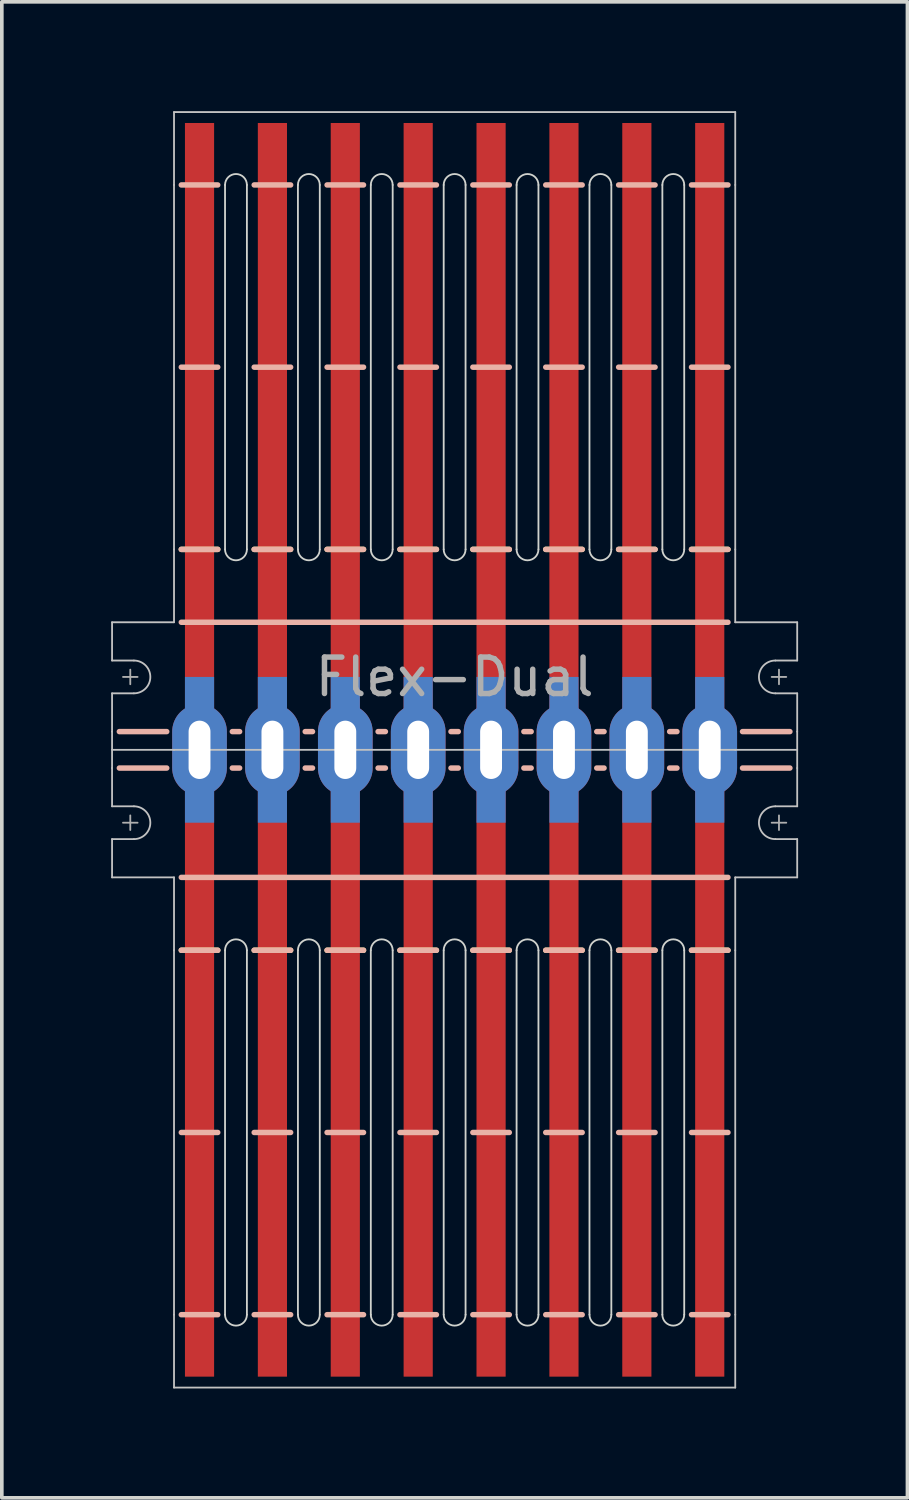
<source format=kicad_pcb>
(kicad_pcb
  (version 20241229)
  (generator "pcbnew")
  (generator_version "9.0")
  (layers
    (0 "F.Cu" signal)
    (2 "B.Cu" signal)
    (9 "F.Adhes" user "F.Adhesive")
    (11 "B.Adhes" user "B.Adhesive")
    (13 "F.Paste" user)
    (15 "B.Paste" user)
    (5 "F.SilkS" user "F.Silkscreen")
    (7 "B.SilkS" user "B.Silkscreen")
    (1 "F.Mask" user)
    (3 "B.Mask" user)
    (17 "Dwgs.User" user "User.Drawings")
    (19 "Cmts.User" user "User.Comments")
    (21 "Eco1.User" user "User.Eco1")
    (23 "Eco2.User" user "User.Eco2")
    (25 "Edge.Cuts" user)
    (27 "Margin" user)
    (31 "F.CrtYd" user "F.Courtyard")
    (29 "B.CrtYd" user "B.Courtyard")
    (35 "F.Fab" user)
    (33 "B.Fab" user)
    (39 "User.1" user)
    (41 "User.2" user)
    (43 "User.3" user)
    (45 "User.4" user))
  (footprint "Flex-Dual"
    (layer "F.Cu")
    (at 9.425 17.525)
    (property "Reference" "Flex-Dual" (at 0 -2 0) (unlocked yes) (layer "F.Fab") (effects (font (size 1 1) (thickness 0.15))))
    (fp_rect (start -7.4 -17.2) (end -6.6 -0.5) (stroke (width 0) (type solid)) (fill yes) (layer "F.Cu"))
    (fp_rect (start -7.4 0.5) (end -6.6 17.2) (stroke (width 0) (type solid)) (fill yes) (layer "F.Cu"))
    (fp_rect (start -5.4 -17.2) (end -4.6 -0.5) (stroke (width 0) (type solid)) (fill yes) (layer "F.Cu"))
    (fp_rect (start -5.4 0.5) (end -4.6 17.2) (stroke (width 0) (type solid)) (fill yes) (layer "F.Cu"))
    (fp_rect (start -3.4 -17.2) (end -2.6 -0.5) (stroke (width 0) (type solid)) (fill yes) (layer "F.Cu"))
    (fp_rect (start -3.4 0.5) (end -2.6 17.2) (stroke (width 0) (type solid)) (fill yes) (layer "F.Cu"))
    (fp_rect (start -1.4 -17.2) (end -0.6 -0.5) (stroke (width 0) (type solid)) (fill yes) (layer "F.Cu"))
    (fp_rect (start -1.4 0.5) (end -0.6 17.2) (stroke (width 0) (type solid)) (fill yes) (layer "F.Cu"))
    (fp_rect (start 0.6 -17.2) (end 1.4 -0.5) (stroke (width 0) (type solid)) (fill yes) (layer "F.Cu"))
    (fp_rect (start 0.6 0.5) (end 1.4 17.2) (stroke (width 0) (type solid)) (fill yes) (layer "F.Cu"))
    (fp_rect (start 2.6 -17.2) (end 3.4 -0.5) (stroke (width 0) (type solid)) (fill yes) (layer "F.Cu"))
    (fp_rect (start 2.6 0.5) (end 3.4 17.2) (stroke (width 0) (type solid)) (fill yes) (layer "F.Cu"))
    (fp_rect (start 4.6 -17.2) (end 5.4 -0.5) (stroke (width 0) (type solid)) (fill yes) (layer "F.Cu"))
    (fp_rect (start 4.6 0.5) (end 5.4 17.2) (stroke (width 0) (type solid)) (fill yes) (layer "F.Cu"))
    (fp_rect (start 6.6 -17.2) (end 7.4 -0.5) (stroke (width 0) (type solid)) (fill yes) (layer "F.Cu"))
    (fp_rect (start 6.6 0.5) (end 7.4 17.2) (stroke (width 0) (type solid)) (fill yes) (layer "F.Cu"))
    (fp_rect (start -7.7 -10.5) (end -6.3 -7) (stroke (width 0) (type solid)) (fill yes) (layer "F.Mask"))
    (fp_rect (start -7.7 7) (end -6.3 10.5) (stroke (width 0) (type solid)) (fill yes) (layer "F.Mask"))
    (fp_rect (start -7.5 -2) (end -6.5 -0.5) (stroke (width 0) (type solid)) (fill yes) (layer "F.Mask"))
    (fp_rect (start -7.5 0.5) (end -6.5 2) (stroke (width 0) (type solid)) (fill yes) (layer "F.Mask"))
    (fp_rect (start -5.7 -10.5) (end -4.3 -7) (stroke (width 0) (type solid)) (fill yes) (layer "F.Mask"))
    (fp_rect (start -5.7 7) (end -4.3 10.5) (stroke (width 0) (type solid)) (fill yes) (layer "F.Mask"))
    (fp_rect (start -5.5 -2) (end -4.5 -0.5) (stroke (width 0) (type solid)) (fill yes) (layer "F.Mask"))
    (fp_rect (start -5.5 0.5) (end -4.5 2) (stroke (width 0) (type solid)) (fill yes) (layer "F.Mask"))
    (fp_rect (start -3.7 -10.5) (end -2.3 -7) (stroke (width 0) (type solid)) (fill yes) (layer "F.Mask"))
    (fp_rect (start -3.7 7) (end -2.3 10.5) (stroke (width 0) (type solid)) (fill yes) (layer "F.Mask"))
    (fp_rect (start -3.5 -2) (end -2.5 -0.5) (stroke (width 0) (type solid)) (fill yes) (layer "F.Mask"))
    (fp_rect (start -3.5 0.5) (end -2.5 2) (stroke (width 0) (type solid)) (fill yes) (layer "F.Mask"))
    (fp_rect (start -1.7 -10.5) (end -0.3 -7) (stroke (width 0) (type solid)) (fill yes) (layer "F.Mask"))
    (fp_rect (start -1.7 7) (end -0.3 10.5) (stroke (width 0) (type solid)) (fill yes) (layer "F.Mask"))
    (fp_rect (start -1.5 -2) (end -0.5 -0.5) (stroke (width 0) (type solid)) (fill yes) (layer "F.Mask"))
    (fp_rect (start -1.5 0.5) (end -0.5 2) (stroke (width 0) (type solid)) (fill yes) (layer "F.Mask"))
    (fp_rect (start 0.3 -10.5) (end 1.7 -7) (stroke (width 0) (type solid)) (fill yes) (layer "F.Mask"))
    (fp_rect (start 0.3 7) (end 1.7 10.5) (stroke (width 0) (type solid)) (fill yes) (layer "F.Mask"))
    (fp_rect (start 0.5 -2) (end 1.5 -0.5) (stroke (width 0) (type solid)) (fill yes) (layer "F.Mask"))
    (fp_rect (start 0.5 0.5) (end 1.5 2) (stroke (width 0) (type solid)) (fill yes) (layer "F.Mask"))
    (fp_rect (start 2.3 -10.5) (end 3.7 -7) (stroke (width 0) (type solid)) (fill yes) (layer "F.Mask"))
    (fp_rect (start 2.3 7) (end 3.7 10.5) (stroke (width 0) (type solid)) (fill yes) (layer "F.Mask"))
    (fp_rect (start 2.5 -2) (end 3.5 -0.5) (stroke (width 0) (type solid)) (fill yes) (layer "F.Mask"))
    (fp_rect (start 2.5 0.5) (end 3.5 2) (stroke (width 0) (type solid)) (fill yes) (layer "F.Mask"))
    (fp_rect (start 4.3 -10.5) (end 5.7 -7) (stroke (width 0) (type solid)) (fill yes) (layer "F.Mask"))
    (fp_rect (start 4.3 7) (end 5.7 10.5) (stroke (width 0) (type solid)) (fill yes) (layer "F.Mask"))
    (fp_rect (start 4.5 -2) (end 5.5 -0.5) (stroke (width 0) (type solid)) (fill yes) (layer "F.Mask"))
    (fp_rect (start 4.5 0.5) (end 5.5 2) (stroke (width 0) (type solid)) (fill yes) (layer "F.Mask"))
    (fp_rect (start 6.3 -10.5) (end 7.7 -7) (stroke (width 0) (type solid)) (fill yes) (layer "F.Mask"))
    (fp_rect (start 6.3 7) (end 7.7 10.5) (stroke (width 0) (type solid)) (fill yes) (layer "F.Mask"))
    (fp_rect (start 6.5 -2) (end 7.5 -0.5) (stroke (width 0) (type solid)) (fill yes) (layer "F.Mask"))
    (fp_rect (start 6.5 0.5) (end 7.5 2) (stroke (width 0) (type solid)) (fill yes) (layer "F.Mask"))
    (fp_rect (start -7.4 -2) (end -6.6 -0.5) (stroke (width 0) (type solid)) (fill yes) (layer "B.Cu"))
    (fp_rect (start -7.4 0.5) (end -6.6 2) (stroke (width 0) (type solid)) (fill yes) (layer "B.Cu"))
    (fp_rect (start -5.4 -2) (end -4.6 -0.5) (stroke (width 0) (type solid)) (fill yes) (layer "B.Cu"))
    (fp_rect (start -5.4 0.5) (end -4.6 2) (stroke (width 0) (type solid)) (fill yes) (layer "B.Cu"))
    (fp_rect (start -3.4 -2) (end -2.6 -0.5) (stroke (width 0) (type solid)) (fill yes) (layer "B.Cu"))
    (fp_rect (start -3.4 0.5) (end -2.6 2) (stroke (width 0) (type solid)) (fill yes) (layer "B.Cu"))
    (fp_rect (start -1.4 -2) (end -0.6 -0.5) (stroke (width 0) (type solid)) (fill yes) (layer "B.Cu"))
    (fp_rect (start -1.4 0.5) (end -0.6 2) (stroke (width 0) (type solid)) (fill yes) (layer "B.Cu"))
    (fp_rect (start 0.6 -2) (end 1.4 -0.5) (stroke (width 0) (type solid)) (fill yes) (layer "B.Cu"))
    (fp_rect (start 0.6 0.5) (end 1.4 2) (stroke (width 0) (type solid)) (fill yes) (layer "B.Cu"))
    (fp_rect (start 2.6 -2) (end 3.4 -0.5) (stroke (width 0) (type solid)) (fill yes) (layer "B.Cu"))
    (fp_rect (start 2.6 0.5) (end 3.4 2) (stroke (width 0) (type solid)) (fill yes) (layer "B.Cu"))
    (fp_rect (start 4.6 -2) (end 5.4 -0.5) (stroke (width 0) (type solid)) (fill yes) (layer "B.Cu"))
    (fp_rect (start 4.6 0.5) (end 5.4 2) (stroke (width 0) (type solid)) (fill yes) (layer "B.Cu"))
    (fp_rect (start 6.6 -2) (end 7.4 -0.5) (stroke (width 0) (type solid)) (fill yes) (layer "B.Cu"))
    (fp_rect (start 6.6 0.5) (end 7.4 2) (stroke (width 0) (type solid)) (fill yes) (layer "B.Cu"))
    (fp_rect (start -7.5 -2) (end -6.5 -0.5) (stroke (width 0) (type solid)) (fill yes) (layer "B.Mask"))
    (fp_rect (start -7.5 0.5) (end -6.5 2) (stroke (width 0) (type solid)) (fill yes) (layer "B.Mask"))
    (fp_rect (start -5.5 -2) (end -4.5 -0.5) (stroke (width 0) (type solid)) (fill yes) (layer "B.Mask"))
    (fp_rect (start -5.5 0.5) (end -4.5 2) (stroke (width 0) (type solid)) (fill yes) (layer "B.Mask"))
    (fp_rect (start -3.5 -2) (end -2.5 -0.5) (stroke (width 0) (type solid)) (fill yes) (layer "B.Mask"))
    (fp_rect (start -3.5 0.5) (end -2.5 2) (stroke (width 0) (type solid)) (fill yes) (layer "B.Mask"))
    (fp_rect (start -1.5 -2) (end -0.5 -0.5) (stroke (width 0) (type solid)) (fill yes) (layer "B.Mask"))
    (fp_rect (start -1.5 0.5) (end -0.5 2) (stroke (width 0) (type solid)) (fill yes) (layer "B.Mask"))
    (fp_rect (start 0.5 -2) (end 1.5 -0.5) (stroke (width 0) (type solid)) (fill yes) (layer "B.Mask"))
    (fp_rect (start 0.5 0.5) (end 1.5 2) (stroke (width 0) (type solid)) (fill yes) (layer "B.Mask"))
    (fp_rect (start 2.5 -2) (end 3.5 -0.5) (stroke (width 0) (type solid)) (fill yes) (layer "B.Mask"))
    (fp_rect (start 2.5 0.5) (end 3.5 2) (stroke (width 0) (type solid)) (fill yes) (layer "B.Mask"))
    (fp_rect (start 4.5 -2) (end 5.5 -0.5) (stroke (width 0) (type solid)) (fill yes) (layer "B.Mask"))
    (fp_rect (start 4.5 0.5) (end 5.5 2) (stroke (width 0) (type solid)) (fill yes) (layer "B.Mask"))
    (fp_rect (start 6.5 -2) (end 7.5 -0.5) (stroke (width 0) (type solid)) (fill yes) (layer "B.Mask"))
    (fp_rect (start 6.5 0.5) (end 7.5 2) (stroke (width 0) (type solid)) (fill yes) (layer "B.Mask"))
    (fp_line (start -7.5 -5.5) (end -6.5 -5.5) (stroke (width 0.15) (type default)) (layer "F.SilkS"))
    (fp_line (start -6.5 5.5) (end -7.5 5.5) (stroke (width 0.15) (type default)) (layer "F.SilkS"))
    (fp_line (start -5.5 -5.5) (end -4.5 -5.5) (stroke (width 0.15) (type default)) (layer "F.SilkS"))
    (fp_line (start -4.5 5.5) (end -5.5 5.5) (stroke (width 0.15) (type default)) (layer "F.SilkS"))
    (fp_line (start -3.5 -5.5) (end -2.5 -5.5) (stroke (width 0.15) (type default)) (layer "F.SilkS"))
    (fp_line (start -2.5 5.5) (end -3.5 5.5) (stroke (width 0.15) (type default)) (layer "F.SilkS"))
    (fp_line (start -1.5 -5.5) (end -0.5 -5.5) (stroke (width 0.15) (type default)) (layer "F.SilkS"))
    (fp_line (start -0.5 5.5) (end -1.5 5.5) (stroke (width 0.15) (type default)) (layer "F.SilkS"))
    (fp_line (start 0.5 -5.5) (end 1.5 -5.5) (stroke (width 0.15) (type default)) (layer "F.SilkS"))
    (fp_line (start 1.5 5.5) (end 0.5 5.5) (stroke (width 0.15) (type default)) (layer "F.SilkS"))
    (fp_line (start 2.5 -5.5) (end 3.5 -5.5) (stroke (width 0.15) (type default)) (layer "F.SilkS"))
    (fp_line (start 3.5 5.5) (end 2.5 5.5) (stroke (width 0.15) (type default)) (layer "F.SilkS"))
    (fp_line (start 4.5 -5.5) (end 5.5 -5.5) (stroke (width 0.15) (type default)) (layer "F.SilkS"))
    (fp_line (start 5.5 5.5) (end 4.5 5.5) (stroke (width 0.15) (type default)) (layer "F.SilkS"))
    (fp_line (start 6.5 -5.5) (end 7.5 -5.5) (stroke (width 0.15) (type default)) (layer "F.SilkS"))
    (fp_line (start 7.5 5.5) (end 6.5 5.5) (stroke (width 0.15) (type default)) (layer "F.SilkS"))
    (fp_line (start -9.2 -0.5) (end -7.9 -0.5) (stroke (width 0.15) (type default)) (layer "B.SilkS"))
    (fp_line (start -7.9 0.5) (end -9.2 0.5) (stroke (width 0.15) (type default)) (layer "B.SilkS"))
    (fp_line (start -7.5 -15.5) (end -6.5 -15.5) (stroke (width 0.15) (type default)) (layer "B.SilkS"))
    (fp_line (start -7.5 -10.5) (end -6.5 -10.5) (stroke (width 0.15) (type default)) (layer "B.SilkS"))
    (fp_line (start -7.5 -5.5) (end -6.5 -5.5) (stroke (width 0.15) (type default)) (layer "B.SilkS"))
    (fp_line (start -7.5 -3.5) (end 7.5 -3.5) (stroke (width 0.15) (type default)) (layer "B.SilkS"))
    (fp_line (start -6.5 5.5) (end -7.5 5.5) (stroke (width 0.15) (type default)) (layer "B.SilkS"))
    (fp_line (start -6.5 10.5) (end -7.5 10.5) (stroke (width 0.15) (type default)) (layer "B.SilkS"))
    (fp_line (start -6.5 15.5) (end -7.5 15.5) (stroke (width 0.15) (type default)) (layer "B.SilkS"))
    (fp_line (start -6.1 -0.5) (end -5.9 -0.5) (stroke (width 0.15) (type default)) (layer "B.SilkS"))
    (fp_line (start -5.9 0.5) (end -6.1 0.5) (stroke (width 0.15) (type default)) (layer "B.SilkS"))
    (fp_line (start -5.5 -15.5) (end -4.5 -15.5) (stroke (width 0.15) (type default)) (layer "B.SilkS"))
    (fp_line (start -5.5 -10.5) (end -4.5 -10.5) (stroke (width 0.15) (type default)) (layer "B.SilkS"))
    (fp_line (start -5.5 -5.5) (end -4.5 -5.5) (stroke (width 0.15) (type default)) (layer "B.SilkS"))
    (fp_line (start -4.5 5.5) (end -5.5 5.5) (stroke (width 0.15) (type default)) (layer "B.SilkS"))
    (fp_line (start -4.5 10.5) (end -5.5 10.5) (stroke (width 0.15) (type default)) (layer "B.SilkS"))
    (fp_line (start -4.5 15.5) (end -5.5 15.5) (stroke (width 0.15) (type default)) (layer "B.SilkS"))
    (fp_line (start -4.1 -0.5) (end -3.9 -0.5) (stroke (width 0.15) (type default)) (layer "B.SilkS"))
    (fp_line (start -3.9 0.5) (end -4.1 0.5) (stroke (width 0.15) (type default)) (layer "B.SilkS"))
    (fp_line (start -3.5 -15.5) (end -2.5 -15.5) (stroke (width 0.15) (type default)) (layer "B.SilkS"))
    (fp_line (start -3.5 -10.5) (end -2.5 -10.5) (stroke (width 0.15) (type default)) (layer "B.SilkS"))
    (fp_line (start -3.5 -5.5) (end -2.5 -5.5) (stroke (width 0.15) (type default)) (layer "B.SilkS"))
    (fp_line (start -2.5 5.5) (end -3.5 5.5) (stroke (width 0.15) (type default)) (layer "B.SilkS"))
    (fp_line (start -2.5 10.5) (end -3.5 10.5) (stroke (width 0.15) (type default)) (layer "B.SilkS"))
    (fp_line (start -2.5 15.5) (end -3.5 15.5) (stroke (width 0.15) (type default)) (layer "B.SilkS"))
    (fp_line (start -2.1 -0.5) (end -1.9 -0.5) (stroke (width 0.15) (type default)) (layer "B.SilkS"))
    (fp_line (start -1.9 0.5) (end -2.1 0.5) (stroke (width 0.15) (type default)) (layer "B.SilkS"))
    (fp_line (start -1.5 -15.5) (end -0.5 -15.5) (stroke (width 0.15) (type default)) (layer "B.SilkS"))
    (fp_line (start -1.5 -10.5) (end -0.5 -10.5) (stroke (width 0.15) (type default)) (layer "B.SilkS"))
    (fp_line (start -1.5 -5.5) (end -0.5 -5.5) (stroke (width 0.15) (type default)) (layer "B.SilkS"))
    (fp_line (start -0.5 5.5) (end -1.5 5.5) (stroke (width 0.15) (type default)) (layer "B.SilkS"))
    (fp_line (start -0.5 10.5) (end -1.5 10.5) (stroke (width 0.15) (type default)) (layer "B.SilkS"))
    (fp_line (start -0.5 15.5) (end -1.5 15.5) (stroke (width 0.15) (type default)) (layer "B.SilkS"))
    (fp_line (start -0.1 -0.5) (end 0.1 -0.5) (stroke (width 0.15) (type default)) (layer "B.SilkS"))
    (fp_line (start 0.1 0.5) (end -0.1 0.5) (stroke (width 0.15) (type default)) (layer "B.SilkS"))
    (fp_line (start 0.5 -15.5) (end 1.5 -15.5) (stroke (width 0.15) (type default)) (layer "B.SilkS"))
    (fp_line (start 0.5 -10.5) (end 1.5 -10.5) (stroke (width 0.15) (type default)) (layer "B.SilkS"))
    (fp_line (start 0.5 -5.5) (end 1.5 -5.5) (stroke (width 0.15) (type default)) (layer "B.SilkS"))
    (fp_line (start 1.5 5.5) (end 0.5 5.5) (stroke (width 0.15) (type default)) (layer "B.SilkS"))
    (fp_line (start 1.5 10.5) (end 0.5 10.5) (stroke (width 0.15) (type default)) (layer "B.SilkS"))
    (fp_line (start 1.5 15.5) (end 0.5 15.5) (stroke (width 0.15) (type default)) (layer "B.SilkS"))
    (fp_line (start 1.9 -0.5) (end 2.1 -0.5) (stroke (width 0.15) (type default)) (layer "B.SilkS"))
    (fp_line (start 2.1 0.5) (end 1.9 0.5) (stroke (width 0.15) (type default)) (layer "B.SilkS"))
    (fp_line (start 2.5 -15.5) (end 3.5 -15.5) (stroke (width 0.15) (type default)) (layer "B.SilkS"))
    (fp_line (start 2.5 -10.5) (end 3.5 -10.5) (stroke (width 0.15) (type default)) (layer "B.SilkS"))
    (fp_line (start 2.5 -5.5) (end 3.5 -5.5) (stroke (width 0.15) (type default)) (layer "B.SilkS"))
    (fp_line (start 3.5 5.5) (end 2.5 5.5) (stroke (width 0.15) (type default)) (layer "B.SilkS"))
    (fp_line (start 3.5 10.5) (end 2.5 10.5) (stroke (width 0.15) (type default)) (layer "B.SilkS"))
    (fp_line (start 3.5 15.5) (end 2.5 15.5) (stroke (width 0.15) (type default)) (layer "B.SilkS"))
    (fp_line (start 3.9 -0.5) (end 4.1 -0.5) (stroke (width 0.15) (type default)) (layer "B.SilkS"))
    (fp_line (start 4.1 0.5) (end 3.9 0.5) (stroke (width 0.15) (type default)) (layer "B.SilkS"))
    (fp_line (start 4.5 -15.5) (end 5.5 -15.5) (stroke (width 0.15) (type default)) (layer "B.SilkS"))
    (fp_line (start 4.5 -10.5) (end 5.5 -10.5) (stroke (width 0.15) (type default)) (layer "B.SilkS"))
    (fp_line (start 4.5 -5.5) (end 5.5 -5.5) (stroke (width 0.15) (type default)) (layer "B.SilkS"))
    (fp_line (start 5.5 5.5) (end 4.5 5.5) (stroke (width 0.15) (type default)) (layer "B.SilkS"))
    (fp_line (start 5.5 10.5) (end 4.5 10.5) (stroke (width 0.15) (type default)) (layer "B.SilkS"))
    (fp_line (start 5.5 15.5) (end 4.5 15.5) (stroke (width 0.15) (type default)) (layer "B.SilkS"))
    (fp_line (start 5.9 -0.5) (end 6.1 -0.5) (stroke (width 0.15) (type default)) (layer "B.SilkS"))
    (fp_line (start 6.1 0.5) (end 5.9 0.5) (stroke (width 0.15) (type default)) (layer "B.SilkS"))
    (fp_line (start 6.5 -15.5) (end 7.5 -15.5) (stroke (width 0.15) (type default)) (layer "B.SilkS"))
    (fp_line (start 6.5 -10.5) (end 7.5 -10.5) (stroke (width 0.15) (type default)) (layer "B.SilkS"))
    (fp_line (start 6.5 -5.5) (end 7.5 -5.5) (stroke (width 0.15) (type default)) (layer "B.SilkS"))
    (fp_line (start 7.5 3.5) (end -7.5 3.5) (stroke (width 0.15) (type default)) (layer "B.SilkS"))
    (fp_line (start 7.5 5.5) (end 6.5 5.5) (stroke (width 0.15) (type default)) (layer "B.SilkS"))
    (fp_line (start 7.5 10.5) (end 6.5 10.5) (stroke (width 0.15) (type default)) (layer "B.SilkS"))
    (fp_line (start 7.5 15.5) (end 6.5 15.5) (stroke (width 0.15) (type default)) (layer "B.SilkS"))
    (fp_line (start 7.9 -0.5) (end 9.2 -0.5) (stroke (width 0.15) (type default)) (layer "B.SilkS"))
    (fp_line (start 9.2 0.5) (end 7.9 0.5) (stroke (width 0.15) (type default)) (layer "B.SilkS"))
    (fp_line (start -9.4 -3.5) (end -7.7 -3.5) (stroke (width 0.05) (type default)) (layer "Dwgs.User"))
    (fp_line (start -9.4 -2.45) (end -9.4 -3.5) (stroke (width 0.05) (type default)) (layer "Dwgs.User"))
    (fp_line (start -9.4 -2.45) (end -8.8 -2.45) (stroke (width 0.05) (type default)) (layer "Dwgs.User"))
    (fp_line (start -9.4 -1.55) (end -8.8 -1.55) (stroke (width 0.05) (type default)) (layer "Dwgs.User"))
    (fp_line (start -9.4 -0.5) (end -9.4 -1.55) (stroke (width 0.05) (type default)) (layer "Dwgs.User"))
    (fp_line (start -9.4 0.5) (end -9.4 -0.5) (stroke (width 0.05) (type default)) (layer "Dwgs.User"))
    (fp_line (start -9.4 0.5) (end -9.4 1.55) (stroke (width 0.05) (type default)) (layer "Dwgs.User"))
    (fp_line (start -9.4 1.55) (end -8.8 1.55) (stroke (width 0.05) (type default)) (layer "Dwgs.User"))
    (fp_line (start -9.4 2.45) (end -9.4 3.5) (stroke (width 0.05) (type default)) (layer "Dwgs.User"))
    (fp_line (start -9.4 2.45) (end -8.8 2.45) (stroke (width 0.05) (type default)) (layer "Dwgs.User"))
    (fp_line (start -9.4 3.5) (end -7.7 3.5) (stroke (width 0.05) (type default)) (layer "Dwgs.User"))
    (fp_line (start -7.7 -17.5) (end 7.7 -17.5) (stroke (width 0.05) (type default)) (layer "Dwgs.User"))
    (fp_line (start -7.7 -15.5) (end -7.7 -17.5) (stroke (width 0.05) (type default)) (layer "Dwgs.User"))
    (fp_line (start -7.7 -5.5) (end -7.7 -15.5) (stroke (width 0.05) (type default)) (layer "Dwgs.User"))
    (fp_line (start -7.7 -3.5) (end -7.7 -5.5) (stroke (width 0.05) (type default)) (layer "Dwgs.User"))
    (fp_line (start -7.7 0) (end -9.4 0) (stroke (width 0.05) (type default)) (layer "Dwgs.User"))
    (fp_line (start -7.7 0) (end 7.7 0) (stroke (width 0.05) (type default)) (layer "Dwgs.User"))
    (fp_line (start -7.7 3.5) (end -7.7 5.5) (stroke (width 0.05) (type default)) (layer "Dwgs.User"))
    (fp_line (start -7.7 15.5) (end -7.7 5.5) (stroke (width 0.05) (type default)) (layer "Dwgs.User"))
    (fp_line (start -7.7 15.5) (end -7.7 17.5) (stroke (width 0.05) (type default)) (layer "Dwgs.User"))
    (fp_line (start 7.7 -15.5) (end 7.7 -17.5) (stroke (width 0.05) (type default)) (layer "Dwgs.User"))
    (fp_line (start 7.7 -15.5) (end 7.7 -5.5) (stroke (width 0.05) (type default)) (layer "Dwgs.User"))
    (fp_line (start 7.7 -3.5) (end 7.7 -5.5) (stroke (width 0.05) (type default)) (layer "Dwgs.User"))
    (fp_line (start 7.7 0) (end 9.4 0) (stroke (width 0.05) (type default)) (layer "Dwgs.User"))
    (fp_line (start 7.7 3.5) (end 7.7 5.5) (stroke (width 0.05) (type default)) (layer "Dwgs.User"))
    (fp_line (start 7.7 5.5) (end 7.7 15.5) (stroke (width 0.05) (type default)) (layer "Dwgs.User"))
    (fp_line (start 7.7 15.5) (end 7.7 17.5) (stroke (width 0.05) (type default)) (layer "Dwgs.User"))
    (fp_line (start 7.7 17.5) (end -7.7 17.5) (stroke (width 0.05) (type default)) (layer "Dwgs.User"))
    (fp_line (start 9.4 -3.5) (end 7.7 -3.5) (stroke (width 0.05) (type default)) (layer "Dwgs.User"))
    (fp_line (start 9.4 -2.45) (end 8.8 -2.45) (stroke (width 0.05) (type default)) (layer "Dwgs.User"))
    (fp_line (start 9.4 -2.45) (end 9.4 -3.5) (stroke (width 0.05) (type default)) (layer "Dwgs.User"))
    (fp_line (start 9.4 -1.55) (end 8.8 -1.55) (stroke (width 0.05) (type default)) (layer "Dwgs.User"))
    (fp_line (start 9.4 -0.5) (end 9.4 -1.55) (stroke (width 0.05) (type default)) (layer "Dwgs.User"))
    (fp_line (start 9.4 -0.5) (end 9.4 0.5) (stroke (width 0.05) (type default)) (layer "Dwgs.User"))
    (fp_line (start 9.4 0.5) (end 9.4 1.55) (stroke (width 0.05) (type default)) (layer "Dwgs.User"))
    (fp_line (start 9.4 1.55) (end 8.8 1.55) (stroke (width 0.05) (type default)) (layer "Dwgs.User"))
    (fp_line (start 9.4 2.45) (end 8.8 2.45) (stroke (width 0.05) (type default)) (layer "Dwgs.User"))
    (fp_line (start 9.4 2.45) (end 9.4 3.5) (stroke (width 0.05) (type default)) (layer "Dwgs.User"))
    (fp_line (start 9.4 3.5) (end 7.7 3.5) (stroke (width 0.05) (type default)) (layer "Dwgs.User"))
    (fp_arc (start -8.8 -2.45) (mid -8.35 -2) (end -8.8 -1.55) (stroke (width 0.05) (type default)) (layer "Dwgs.User"))
    (fp_arc (start -8.8 1.55) (mid -8.35 2) (end -8.8 2.45) (stroke (width 0.05) (type default)) (layer "Dwgs.User"))
    (fp_arc (start 8.8 -1.55) (mid 8.35 -2) (end 8.8 -2.45) (stroke (width 0.05) (type default)) (layer "Dwgs.User"))
    (fp_arc (start 8.8 2.45) (mid 8.35 2) (end 8.8 1.55) (stroke (width 0.05) (type default)) (layer "Dwgs.User"))
    (fp_line (start -6.3 -15.5) (end -6.3 -5.5) (stroke (width 0.05) (type default)) (layer "Edge.Cuts"))
    (fp_line (start -6.3 5.5) (end -6.3 15.5) (stroke (width 0.05) (type default)) (layer "Edge.Cuts"))
    (fp_line (start -5.7 -5.5) (end -5.7 -15.5) (stroke (width 0.05) (type default)) (layer "Edge.Cuts"))
    (fp_line (start -5.7 15.5) (end -5.7 5.5) (stroke (width 0.05) (type default)) (layer "Edge.Cuts"))
    (fp_line (start -4.3 -15.5) (end -4.3 -5.5) (stroke (width 0.05) (type default)) (layer "Edge.Cuts"))
    (fp_line (start -4.3 5.5) (end -4.3 15.5) (stroke (width 0.05) (type default)) (layer "Edge.Cuts"))
    (fp_line (start -3.7 -5.5) (end -3.7 -15.5) (stroke (width 0.05) (type default)) (layer "Edge.Cuts"))
    (fp_line (start -3.7 15.5) (end -3.7 5.5) (stroke (width 0.05) (type default)) (layer "Edge.Cuts"))
    (fp_line (start -2.3 -15.5) (end -2.3 -5.5) (stroke (width 0.05) (type default)) (layer "Edge.Cuts"))
    (fp_line (start -2.3 5.5) (end -2.3 15.5) (stroke (width 0.05) (type default)) (layer "Edge.Cuts"))
    (fp_line (start -1.7 -5.5) (end -1.7 -15.5) (stroke (width 0.05) (type default)) (layer "Edge.Cuts"))
    (fp_line (start -1.7 15.5) (end -1.7 5.5) (stroke (width 0.05) (type default)) (layer "Edge.Cuts"))
    (fp_line (start -0.3 -15.5) (end -0.3 -5.5) (stroke (width 0.05) (type default)) (layer "Edge.Cuts"))
    (fp_line (start -0.3 5.5) (end -0.3 15.5) (stroke (width 0.05) (type default)) (layer "Edge.Cuts"))
    (fp_line (start 0.3 -5.5) (end 0.3 -15.5) (stroke (width 0.05) (type default)) (layer "Edge.Cuts"))
    (fp_line (start 0.3 15.5) (end 0.3 5.5) (stroke (width 0.05) (type default)) (layer "Edge.Cuts"))
    (fp_line (start 1.7 -15.5) (end 1.7 -5.5) (stroke (width 0.05) (type default)) (layer "Edge.Cuts"))
    (fp_line (start 1.7 5.5) (end 1.7 15.5) (stroke (width 0.05) (type default)) (layer "Edge.Cuts"))
    (fp_line (start 2.3 -5.5) (end 2.3 -15.5) (stroke (width 0.05) (type default)) (layer "Edge.Cuts"))
    (fp_line (start 2.3 15.5) (end 2.3 5.5) (stroke (width 0.05) (type default)) (layer "Edge.Cuts"))
    (fp_line (start 3.7 -15.5) (end 3.7 -5.5) (stroke (width 0.05) (type default)) (layer "Edge.Cuts"))
    (fp_line (start 3.7 5.5) (end 3.7 15.5) (stroke (width 0.05) (type default)) (layer "Edge.Cuts"))
    (fp_line (start 4.3 -5.5) (end 4.3 -15.5) (stroke (width 0.05) (type default)) (layer "Edge.Cuts"))
    (fp_line (start 4.3 15.5) (end 4.3 5.5) (stroke (width 0.05) (type default)) (layer "Edge.Cuts"))
    (fp_line (start 5.7 -15.5) (end 5.7 -5.5) (stroke (width 0.05) (type default)) (layer "Edge.Cuts"))
    (fp_line (start 5.7 5.5) (end 5.7 15.5) (stroke (width 0.05) (type default)) (layer "Edge.Cuts"))
    (fp_line (start 6.3 -5.5) (end 6.3 -15.5) (stroke (width 0.05) (type default)) (layer "Edge.Cuts"))
    (fp_line (start 6.3 15.5) (end 6.3 5.5) (stroke (width 0.05) (type default)) (layer "Edge.Cuts"))
    (fp_arc (start -6.3 -15.5) (mid -6 -15.8) (end -5.7 -15.5) (stroke (width 0.05) (type default)) (layer "Edge.Cuts"))
    (fp_arc (start -6.3 5.5) (mid -6 5.2) (end -5.7 5.5) (stroke (width 0.05) (type default)) (layer "Edge.Cuts"))
    (fp_arc (start -5.7 -5.5) (mid -6 -5.2) (end -6.3 -5.5) (stroke (width 0.05) (type default)) (layer "Edge.Cuts"))
    (fp_arc (start -5.7 15.5) (mid -6 15.8) (end -6.3 15.5) (stroke (width 0.05) (type default)) (layer "Edge.Cuts"))
    (fp_arc (start -4.3 -15.5) (mid -4 -15.8) (end -3.7 -15.5) (stroke (width 0.05) (type default)) (layer "Edge.Cuts"))
    (fp_arc (start -4.3 5.5) (mid -4 5.2) (end -3.7 5.5) (stroke (width 0.05) (type default)) (layer "Edge.Cuts"))
    (fp_arc (start -3.7 -5.5) (mid -4 -5.2) (end -4.3 -5.5) (stroke (width 0.05) (type default)) (layer "Edge.Cuts"))
    (fp_arc (start -3.7 15.5) (mid -4 15.8) (end -4.3 15.5) (stroke (width 0.05) (type default)) (layer "Edge.Cuts"))
    (fp_arc (start -2.3 -15.5) (mid -2 -15.8) (end -1.7 -15.5) (stroke (width 0.05) (type default)) (layer "Edge.Cuts"))
    (fp_arc (start -2.3 5.5) (mid -2 5.2) (end -1.7 5.5) (stroke (width 0.05) (type default)) (layer "Edge.Cuts"))
    (fp_arc (start -1.7 -5.5) (mid -2 -5.2) (end -2.3 -5.5) (stroke (width 0.05) (type default)) (layer "Edge.Cuts"))
    (fp_arc (start -1.7 15.5) (mid -2 15.8) (end -2.3 15.5) (stroke (width 0.05) (type default)) (layer "Edge.Cuts"))
    (fp_arc (start -0.3 -15.5) (mid 0 -15.8) (end 0.3 -15.5) (stroke (width 0.05) (type default)) (layer "Edge.Cuts"))
    (fp_arc (start -0.3 5.5) (mid 0 5.2) (end 0.3 5.5) (stroke (width 0.05) (type default)) (layer "Edge.Cuts"))
    (fp_arc (start 0.3 -5.5) (mid 0 -5.2) (end -0.3 -5.5) (stroke (width 0.05) (type default)) (layer "Edge.Cuts"))
    (fp_arc (start 0.3 15.5) (mid 0 15.8) (end -0.3 15.5) (stroke (width 0.05) (type default)) (layer "Edge.Cuts"))
    (fp_arc (start 1.7 -15.5) (mid 2 -15.8) (end 2.3 -15.5) (stroke (width 0.05) (type default)) (layer "Edge.Cuts"))
    (fp_arc (start 1.7 5.5) (mid 2 5.2) (end 2.3 5.5) (stroke (width 0.05) (type default)) (layer "Edge.Cuts"))
    (fp_arc (start 2.3 -5.5) (mid 2 -5.2) (end 1.7 -5.5) (stroke (width 0.05) (type default)) (layer "Edge.Cuts"))
    (fp_arc (start 2.3 15.5) (mid 2 15.8) (end 1.7 15.5) (stroke (width 0.05) (type default)) (layer "Edge.Cuts"))
    (fp_arc (start 3.7 -15.5) (mid 4 -15.8) (end 4.3 -15.5) (stroke (width 0.05) (type default)) (layer "Edge.Cuts"))
    (fp_arc (start 3.7 5.5) (mid 4 5.2) (end 4.3 5.5) (stroke (width 0.05) (type default)) (layer "Edge.Cuts"))
    (fp_arc (start 4.3 -5.5) (mid 4 -5.2) (end 3.7 -5.5) (stroke (width 0.05) (type default)) (layer "Edge.Cuts"))
    (fp_arc (start 4.3 15.5) (mid 4 15.8) (end 3.7 15.5) (stroke (width 0.05) (type default)) (layer "Edge.Cuts"))
    (fp_arc (start 5.7 -15.5) (mid 6 -15.8) (end 6.3 -15.5) (stroke (width 0.05) (type default)) (layer "Edge.Cuts"))
    (fp_arc (start 5.7 5.5) (mid 6 5.2) (end 6.3 5.5) (stroke (width 0.05) (type default)) (layer "Edge.Cuts"))
    (fp_arc (start 6.3 -5.5) (mid 6 -5.2) (end 5.7 -5.5) (stroke (width 0.05) (type default)) (layer "Edge.Cuts"))
    (fp_arc (start 6.3 15.5) (mid 6 15.8) (end 5.7 15.5) (stroke (width 0.05) (type default)) (layer "Edge.Cuts"))
    (fp_line (start -9.1 -2) (end -8.7 -2) (stroke (width 0.05) (type default)) (layer "F.Fab"))
    (fp_line (start -9.1 2) (end -8.7 2) (stroke (width 0.05) (type default)) (layer "F.Fab"))
    (fp_line (start -8.9 -2.2) (end -8.9 -1.8) (stroke (width 0.05) (type default)) (layer "F.Fab"))
    (fp_line (start -8.9 1.8) (end -8.9 2.2) (stroke (width 0.05) (type default)) (layer "F.Fab"))
    (fp_line (start 8.7 -2) (end 9.1 -2) (stroke (width 0.05) (type default)) (layer "F.Fab"))
    (fp_line (start 8.7 2) (end 9.1 2) (stroke (width 0.05) (type default)) (layer "F.Fab"))
    (fp_line (start 8.9 -2.2) (end 8.9 -1.8) (stroke (width 0.05) (type default)) (layer "F.Fab"))
    (fp_line (start 8.9 1.8) (end 8.9 2.2) (stroke (width 0.05) (type default)) (layer "F.Fab"))
    (pad "1" thru_hole oval (at -7 0) (size 1.5 2.5) (drill oval 0.6 1.6) (layers "*.Cu" "*.Mask"))
    (pad "2" thru_hole oval (at -5 0) (size 1.5 2.5) (drill oval 0.6 1.6) (layers "*.Cu" "*.Mask"))
    (pad "3" thru_hole oval (at -3 0) (size 1.5 2.5) (drill oval 0.6 1.6) (layers "*.Cu" "*.Mask"))
    (pad "4" thru_hole oval (at -1 0) (size 1.5 2.5) (drill oval 0.6 1.6) (layers "*.Cu" "*.Mask"))
    (pad "5" thru_hole oval (at 1 0) (size 1.5 2.5) (drill oval 0.6 1.6) (layers "*.Cu" "*.Mask"))
    (pad "6" thru_hole oval (at 3 0) (size 1.5 2.5) (drill oval 0.6 1.6) (layers "*.Cu" "*.Mask"))
    (pad "7" thru_hole oval (at 5 0) (size 1.5 2.5) (drill oval 0.6 1.6) (layers "*.Cu" "*.Mask"))
    (pad "8" thru_hole oval (at 7 0) (size 1.5 2.5) (drill oval 0.6 1.6) (layers "*.Cu" "*.Mask")))
  (gr_rect
    (start -3 -3)
    (end 21.85 38.05)
    (stroke (width 0.1) (type default))
    (fill no)
    (layer "Edge.Cuts")))
</source>
